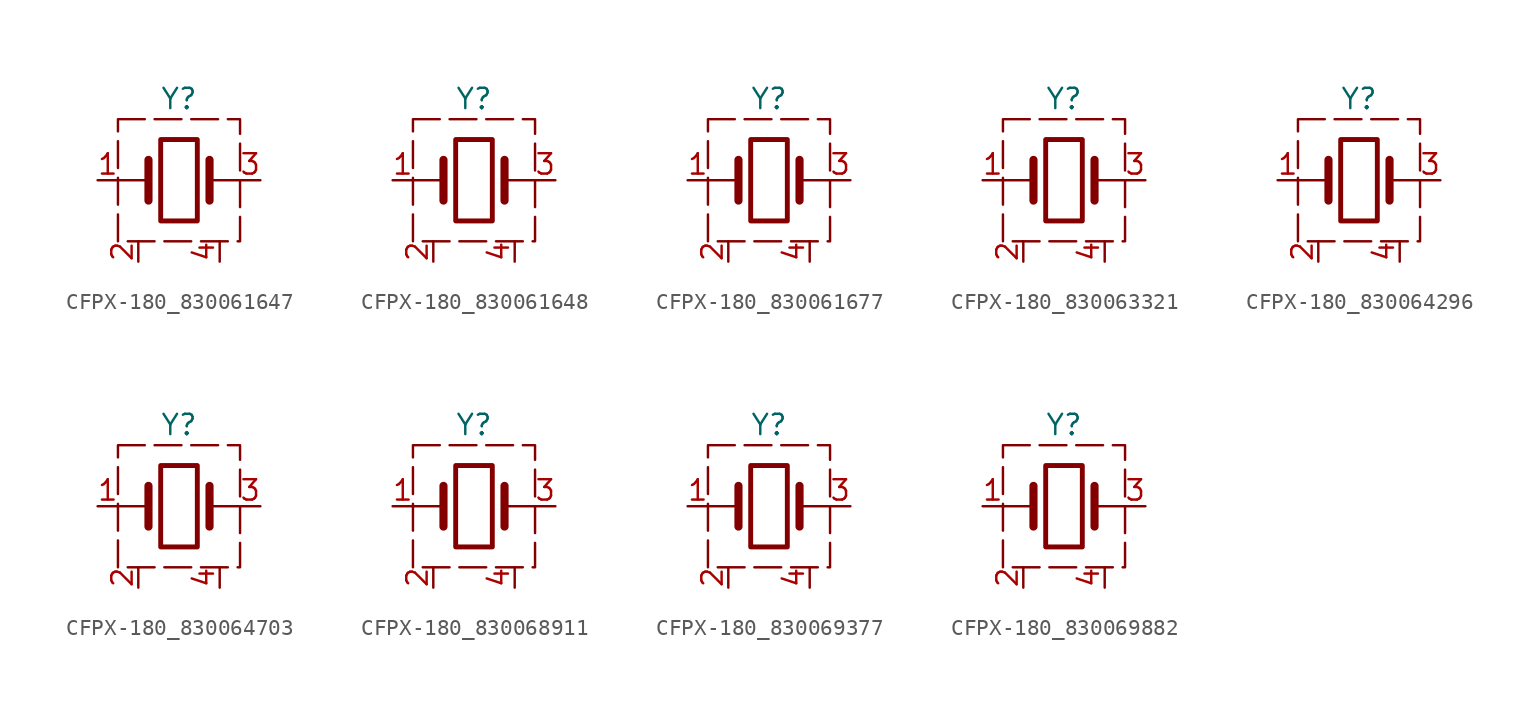
<source format=kicad_sym>
(kicad_symbol_lib
  (version 20220914)
  (generator kicad_symbol_editor)
  (symbol "CFPX-180_830061647"
    (pin_names hide)
    (property "Reference" "Y"
      (at 0 5.08 0)
      (effects (font (size 1.27 1.27))))
    (property "Critical Parameter" ""
      (at 0 -5.08 0)
      (effects (font (size 1.27 1.27)) (justify left)))
    (symbol "CFPX-180_830061647_0_1"
      (rectangle (start -1.143 2.54) (end 1.143 -2.54) (stroke (width 0.305) (type default)) (fill (type none)))
      (polyline (pts (xy -3.81 0) (xy -1.905 0)) (stroke (width 0) (type default)) (fill (type none)))
      (polyline (pts (xy -1.905 -1.27) (xy -1.905 1.27)) (stroke (width 0.508) (type default)) (fill (type none)))
      (polyline (pts (xy 1.905 -1.27) (xy 1.905 1.27)) (stroke (width 0.508) (type default)) (fill (type none)))
      (polyline (pts (xy 3.81 0) (xy 1.905 0)) (stroke (width 0) (type default)) (fill (type none))))
    (symbol "CFPX-180_830061647_1_1"
      (rectangle (start -3.81 3.81) (end 3.81 -3.81) (stroke (width 0) (type dash)) (fill (type none)))
      (pin passive line (at -5.08 0 0) (length 1.27) (name "1" (effects (font (size 1.27 1.27)))) (number "1" (effects (font (size 1.27 1.27)))))
      (pin passive line (at -2.54 -5.08 90) (length 1.27) (name "GND" (effects (font (size 1.27 1.27)))) (number "2" (effects (font (size 1.27 1.27)))))
      (pin passive line (at 5.08 0 180) (length 1.27) (name "3" (effects (font (size 1.27 1.27)))) (number "3" (effects (font (size 1.27 1.27)))))
      (pin passive line (at 2.54 -5.08 90) (length 1.27) (name "GND1" (effects (font (size 1.27 1.27)))) (number "4" (effects (font (size 1.27 1.27)))))))
  (symbol "CFPX-180_830061648"
    (pin_names hide)
    (property "Reference" "Y"
      (at 0 5.08 0)
      (effects (font (size 1.27 1.27))))
    (property "Critical Parameter" ""
      (at 0 -5.08 0)
      (effects (font (size 1.27 1.27)) (justify left)))
    (symbol "CFPX-180_830061648_0_1"
      (rectangle (start -1.143 2.54) (end 1.143 -2.54) (stroke (width 0.305) (type default)) (fill (type none)))
      (polyline (pts (xy -3.81 0) (xy -1.905 0)) (stroke (width 0) (type default)) (fill (type none)))
      (polyline (pts (xy -1.905 -1.27) (xy -1.905 1.27)) (stroke (width 0.508) (type default)) (fill (type none)))
      (polyline (pts (xy 1.905 -1.27) (xy 1.905 1.27)) (stroke (width 0.508) (type default)) (fill (type none)))
      (polyline (pts (xy 3.81 0) (xy 1.905 0)) (stroke (width 0) (type default)) (fill (type none))))
    (symbol "CFPX-180_830061648_1_1"
      (rectangle (start -3.81 3.81) (end 3.81 -3.81) (stroke (width 0) (type dash)) (fill (type none)))
      (pin passive line (at -5.08 0 0) (length 1.27) (name "1" (effects (font (size 1.27 1.27)))) (number "1" (effects (font (size 1.27 1.27)))))
      (pin passive line (at -2.54 -5.08 90) (length 1.27) (name "GND" (effects (font (size 1.27 1.27)))) (number "2" (effects (font (size 1.27 1.27)))))
      (pin passive line (at 5.08 0 180) (length 1.27) (name "3" (effects (font (size 1.27 1.27)))) (number "3" (effects (font (size 1.27 1.27)))))
      (pin passive line (at 2.54 -5.08 90) (length 1.27) (name "GND1" (effects (font (size 1.27 1.27)))) (number "4" (effects (font (size 1.27 1.27)))))))
  (symbol "CFPX-180_830061677"
    (pin_names hide)
    (property "Reference" "Y"
      (at 0 5.08 0)
      (effects (font (size 1.27 1.27))))
    (property "Critical Parameter" ""
      (at 0 -5.08 0)
      (effects (font (size 1.27 1.27)) (justify left)))
    (symbol "CFPX-180_830061677_0_1"
      (rectangle (start -1.143 2.54) (end 1.143 -2.54) (stroke (width 0.305) (type default)) (fill (type none)))
      (polyline (pts (xy -3.81 0) (xy -1.905 0)) (stroke (width 0) (type default)) (fill (type none)))
      (polyline (pts (xy -1.905 -1.27) (xy -1.905 1.27)) (stroke (width 0.508) (type default)) (fill (type none)))
      (polyline (pts (xy 1.905 -1.27) (xy 1.905 1.27)) (stroke (width 0.508) (type default)) (fill (type none)))
      (polyline (pts (xy 3.81 0) (xy 1.905 0)) (stroke (width 0) (type default)) (fill (type none))))
    (symbol "CFPX-180_830061677_1_1"
      (rectangle (start -3.81 3.81) (end 3.81 -3.81) (stroke (width 0) (type dash)) (fill (type none)))
      (pin passive line (at -5.08 0 0) (length 1.27) (name "1" (effects (font (size 1.27 1.27)))) (number "1" (effects (font (size 1.27 1.27)))))
      (pin passive line (at -2.54 -5.08 90) (length 1.27) (name "GND" (effects (font (size 1.27 1.27)))) (number "2" (effects (font (size 1.27 1.27)))))
      (pin passive line (at 5.08 0 180) (length 1.27) (name "3" (effects (font (size 1.27 1.27)))) (number "3" (effects (font (size 1.27 1.27)))))
      (pin passive line (at 2.54 -5.08 90) (length 1.27) (name "GND1" (effects (font (size 1.27 1.27)))) (number "4" (effects (font (size 1.27 1.27)))))))
  (symbol "CFPX-180_830063321"
    (pin_names hide)
    (property "Reference" "Y"
      (at 0 5.08 0)
      (effects (font (size 1.27 1.27))))
    (property "Critical Parameter" ""
      (at 0 -5.08 0)
      (effects (font (size 1.27 1.27)) (justify left)))
    (symbol "CFPX-180_830063321_0_1"
      (rectangle (start -1.143 2.54) (end 1.143 -2.54) (stroke (width 0.305) (type default)) (fill (type none)))
      (polyline (pts (xy -3.81 0) (xy -1.905 0)) (stroke (width 0) (type default)) (fill (type none)))
      (polyline (pts (xy -1.905 -1.27) (xy -1.905 1.27)) (stroke (width 0.508) (type default)) (fill (type none)))
      (polyline (pts (xy 1.905 -1.27) (xy 1.905 1.27)) (stroke (width 0.508) (type default)) (fill (type none)))
      (polyline (pts (xy 3.81 0) (xy 1.905 0)) (stroke (width 0) (type default)) (fill (type none))))
    (symbol "CFPX-180_830063321_1_1"
      (rectangle (start -3.81 3.81) (end 3.81 -3.81) (stroke (width 0) (type dash)) (fill (type none)))
      (pin passive line (at -5.08 0 0) (length 1.27) (name "1" (effects (font (size 1.27 1.27)))) (number "1" (effects (font (size 1.27 1.27)))))
      (pin passive line (at -2.54 -5.08 90) (length 1.27) (name "GND" (effects (font (size 1.27 1.27)))) (number "2" (effects (font (size 1.27 1.27)))))
      (pin passive line (at 5.08 0 180) (length 1.27) (name "3" (effects (font (size 1.27 1.27)))) (number "3" (effects (font (size 1.27 1.27)))))
      (pin passive line (at 2.54 -5.08 90) (length 1.27) (name "GND1" (effects (font (size 1.27 1.27)))) (number "4" (effects (font (size 1.27 1.27)))))))
  (symbol "CFPX-180_830064296"
    (pin_names hide)
    (property "Reference" "Y"
      (at 0 5.08 0)
      (effects (font (size 1.27 1.27))))
    (property "Critical Parameter" ""
      (at 0 -5.08 0)
      (effects (font (size 1.27 1.27)) (justify left)))
    (symbol "CFPX-180_830064296_0_1"
      (rectangle (start -1.143 2.54) (end 1.143 -2.54) (stroke (width 0.305) (type default)) (fill (type none)))
      (polyline (pts (xy -3.81 0) (xy -1.905 0)) (stroke (width 0) (type default)) (fill (type none)))
      (polyline (pts (xy -1.905 -1.27) (xy -1.905 1.27)) (stroke (width 0.508) (type default)) (fill (type none)))
      (polyline (pts (xy 1.905 -1.27) (xy 1.905 1.27)) (stroke (width 0.508) (type default)) (fill (type none)))
      (polyline (pts (xy 3.81 0) (xy 1.905 0)) (stroke (width 0) (type default)) (fill (type none))))
    (symbol "CFPX-180_830064296_1_1"
      (rectangle (start -3.81 3.81) (end 3.81 -3.81) (stroke (width 0) (type dash)) (fill (type none)))
      (pin passive line (at -5.08 0 0) (length 1.27) (name "1" (effects (font (size 1.27 1.27)))) (number "1" (effects (font (size 1.27 1.27)))))
      (pin passive line (at -2.54 -5.08 90) (length 1.27) (name "GND" (effects (font (size 1.27 1.27)))) (number "2" (effects (font (size 1.27 1.27)))))
      (pin passive line (at 5.08 0 180) (length 1.27) (name "3" (effects (font (size 1.27 1.27)))) (number "3" (effects (font (size 1.27 1.27)))))
      (pin passive line (at 2.54 -5.08 90) (length 1.27) (name "GND1" (effects (font (size 1.27 1.27)))) (number "4" (effects (font (size 1.27 1.27)))))))
  (symbol "CFPX-180_830064703"
    (pin_names hide)
    (property "Reference" "Y"
      (at 0 5.08 0)
      (effects (font (size 1.27 1.27))))
    (property "Critical Parameter" ""
      (at 0 -5.08 0)
      (effects (font (size 1.27 1.27)) (justify left)))
    (symbol "CFPX-180_830064703_0_1"
      (rectangle (start -1.143 2.54) (end 1.143 -2.54) (stroke (width 0.305) (type default)) (fill (type none)))
      (polyline (pts (xy -3.81 0) (xy -1.905 0)) (stroke (width 0) (type default)) (fill (type none)))
      (polyline (pts (xy -1.905 -1.27) (xy -1.905 1.27)) (stroke (width 0.508) (type default)) (fill (type none)))
      (polyline (pts (xy 1.905 -1.27) (xy 1.905 1.27)) (stroke (width 0.508) (type default)) (fill (type none)))
      (polyline (pts (xy 3.81 0) (xy 1.905 0)) (stroke (width 0) (type default)) (fill (type none))))
    (symbol "CFPX-180_830064703_1_1"
      (rectangle (start -3.81 3.81) (end 3.81 -3.81) (stroke (width 0) (type dash)) (fill (type none)))
      (pin passive line (at -5.08 0 0) (length 1.27) (name "1" (effects (font (size 1.27 1.27)))) (number "1" (effects (font (size 1.27 1.27)))))
      (pin passive line (at -2.54 -5.08 90) (length 1.27) (name "GND" (effects (font (size 1.27 1.27)))) (number "2" (effects (font (size 1.27 1.27)))))
      (pin passive line (at 5.08 0 180) (length 1.27) (name "3" (effects (font (size 1.27 1.27)))) (number "3" (effects (font (size 1.27 1.27)))))
      (pin passive line (at 2.54 -5.08 90) (length 1.27) (name "GND1" (effects (font (size 1.27 1.27)))) (number "4" (effects (font (size 1.27 1.27)))))))
  (symbol "CFPX-180_830068911"
    (pin_names hide)
    (property "Reference" "Y"
      (at 0 5.08 0)
      (effects (font (size 1.27 1.27))))
    (property "Critical Parameter" ""
      (at 0 -5.08 0)
      (effects (font (size 1.27 1.27)) (justify left)))
    (symbol "CFPX-180_830068911_0_1"
      (rectangle (start -1.143 2.54) (end 1.143 -2.54) (stroke (width 0.305) (type default)) (fill (type none)))
      (polyline (pts (xy -3.81 0) (xy -1.905 0)) (stroke (width 0) (type default)) (fill (type none)))
      (polyline (pts (xy -1.905 -1.27) (xy -1.905 1.27)) (stroke (width 0.508) (type default)) (fill (type none)))
      (polyline (pts (xy 1.905 -1.27) (xy 1.905 1.27)) (stroke (width 0.508) (type default)) (fill (type none)))
      (polyline (pts (xy 3.81 0) (xy 1.905 0)) (stroke (width 0) (type default)) (fill (type none))))
    (symbol "CFPX-180_830068911_1_1"
      (rectangle (start -3.81 3.81) (end 3.81 -3.81) (stroke (width 0) (type dash)) (fill (type none)))
      (pin passive line (at -5.08 0 0) (length 1.27) (name "1" (effects (font (size 1.27 1.27)))) (number "1" (effects (font (size 1.27 1.27)))))
      (pin passive line (at -2.54 -5.08 90) (length 1.27) (name "GND" (effects (font (size 1.27 1.27)))) (number "2" (effects (font (size 1.27 1.27)))))
      (pin passive line (at 5.08 0 180) (length 1.27) (name "3" (effects (font (size 1.27 1.27)))) (number "3" (effects (font (size 1.27 1.27)))))
      (pin passive line (at 2.54 -5.08 90) (length 1.27) (name "GND1" (effects (font (size 1.27 1.27)))) (number "4" (effects (font (size 1.27 1.27)))))))
  (symbol "CFPX-180_830069377"
    (pin_names hide)
    (property "Reference" "Y"
      (at 0 5.08 0)
      (effects (font (size 1.27 1.27))))
    (property "Critical Parameter" ""
      (at 0 -5.08 0)
      (effects (font (size 1.27 1.27)) (justify left)))
    (symbol "CFPX-180_830069377_0_1"
      (rectangle (start -1.143 2.54) (end 1.143 -2.54) (stroke (width 0.305) (type default)) (fill (type none)))
      (polyline (pts (xy -3.81 0) (xy -1.905 0)) (stroke (width 0) (type default)) (fill (type none)))
      (polyline (pts (xy -1.905 -1.27) (xy -1.905 1.27)) (stroke (width 0.508) (type default)) (fill (type none)))
      (polyline (pts (xy 1.905 -1.27) (xy 1.905 1.27)) (stroke (width 0.508) (type default)) (fill (type none)))
      (polyline (pts (xy 3.81 0) (xy 1.905 0)) (stroke (width 0) (type default)) (fill (type none))))
    (symbol "CFPX-180_830069377_1_1"
      (rectangle (start -3.81 3.81) (end 3.81 -3.81) (stroke (width 0) (type dash)) (fill (type none)))
      (pin passive line (at -5.08 0 0) (length 1.27) (name "1" (effects (font (size 1.27 1.27)))) (number "1" (effects (font (size 1.27 1.27)))))
      (pin passive line (at -2.54 -5.08 90) (length 1.27) (name "GND" (effects (font (size 1.27 1.27)))) (number "2" (effects (font (size 1.27 1.27)))))
      (pin passive line (at 5.08 0 180) (length 1.27) (name "3" (effects (font (size 1.27 1.27)))) (number "3" (effects (font (size 1.27 1.27)))))
      (pin passive line (at 2.54 -5.08 90) (length 1.27) (name "GND1" (effects (font (size 1.27 1.27)))) (number "4" (effects (font (size 1.27 1.27)))))))
  (symbol "CFPX-180_830069882"
    (pin_names hide)
    (property "Reference" "Y"
      (at 0 5.08 0)
      (effects (font (size 1.27 1.27))))
    (property "Critical Parameter" ""
      (at 0 -5.08 0)
      (effects (font (size 1.27 1.27)) (justify left)))
    (symbol "CFPX-180_830069882_0_1"
      (rectangle (start -1.143 2.54) (end 1.143 -2.54) (stroke (width 0.305) (type default)) (fill (type none)))
      (polyline (pts (xy -3.81 0) (xy -1.905 0)) (stroke (width 0) (type default)) (fill (type none)))
      (polyline (pts (xy -1.905 -1.27) (xy -1.905 1.27)) (stroke (width 0.508) (type default)) (fill (type none)))
      (polyline (pts (xy 1.905 -1.27) (xy 1.905 1.27)) (stroke (width 0.508) (type default)) (fill (type none)))
      (polyline (pts (xy 3.81 0) (xy 1.905 0)) (stroke (width 0) (type default)) (fill (type none))))
    (symbol "CFPX-180_830069882_1_1"
      (rectangle (start -3.81 3.81) (end 3.81 -3.81) (stroke (width 0) (type dash)) (fill (type none)))
      (pin passive line (at -5.08 0 0) (length 1.27) (name "1" (effects (font (size 1.27 1.27)))) (number "1" (effects (font (size 1.27 1.27)))))
      (pin passive line (at -2.54 -5.08 90) (length 1.27) (name "GND" (effects (font (size 1.27 1.27)))) (number "2" (effects (font (size 1.27 1.27)))))
      (pin passive line (at 5.08 0 180) (length 1.27) (name "3" (effects (font (size 1.27 1.27)))) (number "3" (effects (font (size 1.27 1.27)))))
      (pin passive line (at 2.54 -5.08 90) (length 1.27) (name "GND1" (effects (font (size 1.27 1.27)))) (number "4" (effects (font (size 1.27 1.27))))))))
</source>
